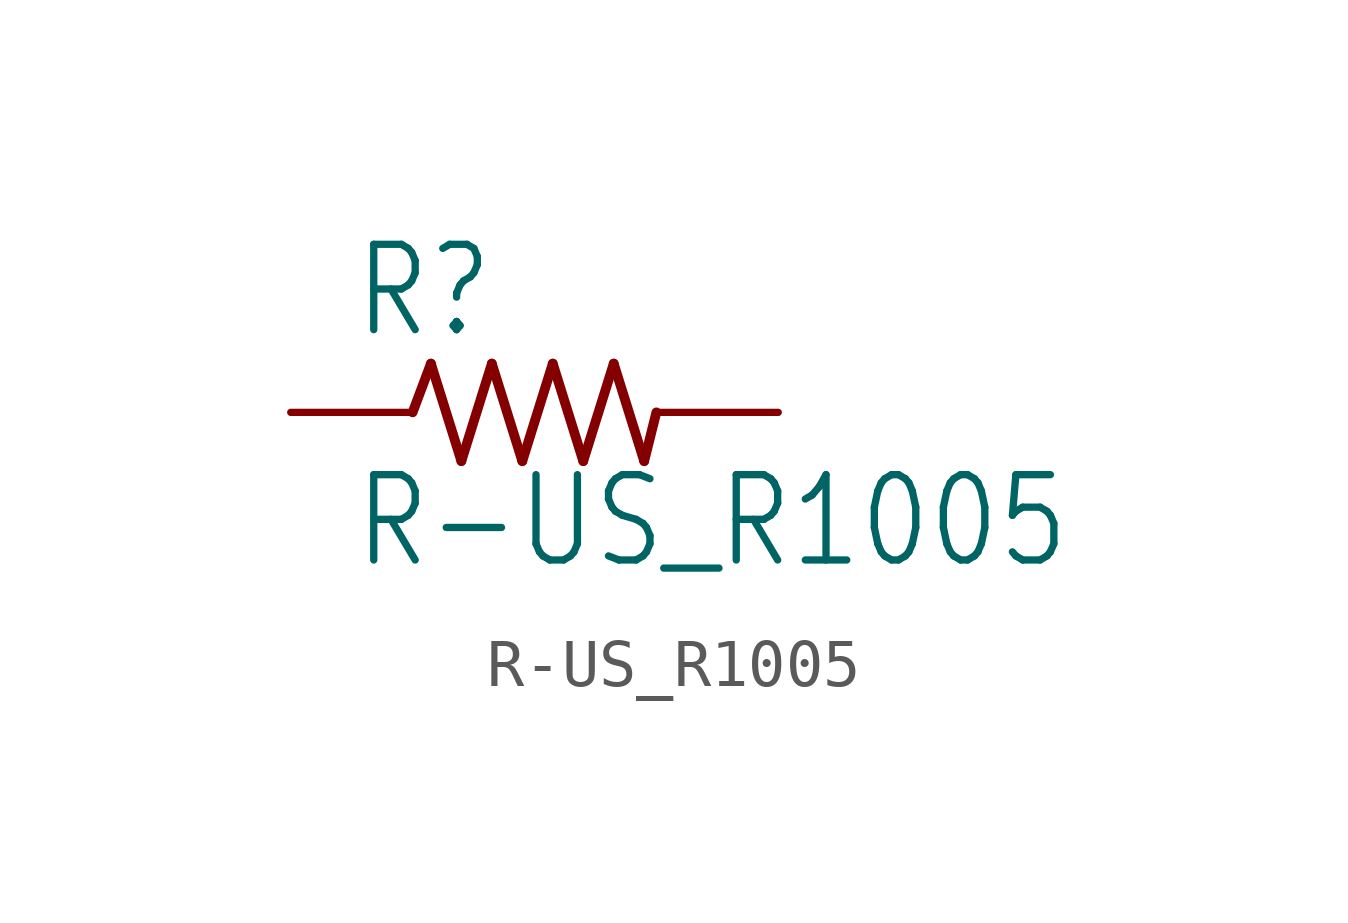
<source format=kicad_sym>
(kicad_symbol_lib
  (version 20201005)
  (generator kicad_symbol_editor)
  (symbol "R-US_R1005"
    (property "Reference" "R"
      (at -3.81 1.499 0)
      (effects (font (size 1.778 1.511)) (justify left bottom)))
    (property "Value" "R-US_R1005"
      (at -3.81 -3.302 0)
      (effects (font (size 1.778 1.511)) (justify left bottom)))
    (property "ki_locked" ""
      (at 0 0 0)
      (effects (font (size 1.27 1.27))))
    (symbol "R-US_R1005_1_0"
      (polyline (pts (xy -2.54 0) (xy -2.159 1.016)) (stroke (width 0.203)) (fill (type none)))
      (polyline (pts (xy -2.159 1.016) (xy -1.524 -1.016)) (stroke (width 0.203)) (fill (type none)))
      (polyline (pts (xy -1.524 -1.016) (xy -0.889 1.016)) (stroke (width 0.203)) (fill (type none)))
      (polyline (pts (xy -0.889 1.016) (xy -0.254 -1.016)) (stroke (width 0.203)) (fill (type none)))
      (polyline (pts (xy -0.254 -1.016) (xy 0.381 1.016)) (stroke (width 0.203)) (fill (type none)))
      (polyline (pts (xy 0.381 1.016) (xy 1.016 -1.016)) (stroke (width 0.203)) (fill (type none)))
      (polyline (pts (xy 1.016 -1.016) (xy 1.651 1.016)) (stroke (width 0.203)) (fill (type none)))
      (polyline (pts (xy 1.651 1.016) (xy 2.286 -1.016)) (stroke (width 0.203)) (fill (type none)))
      (polyline (pts (xy 2.286 -1.016) (xy 2.54 0)) (stroke (width 0.203)) (fill (type none)))
      (pin passive line (at 5.08 0 180) (length 2.54) (name "2" (effects (font (size 0 0)))) (number "2" (effects (font (size 0 0)))))
      (pin passive line (at -5.08 0 0) (length 2.54) (name "1" (effects (font (size 0 0)))) (number "1" (effects (font (size 0 0))))))))
</source>
